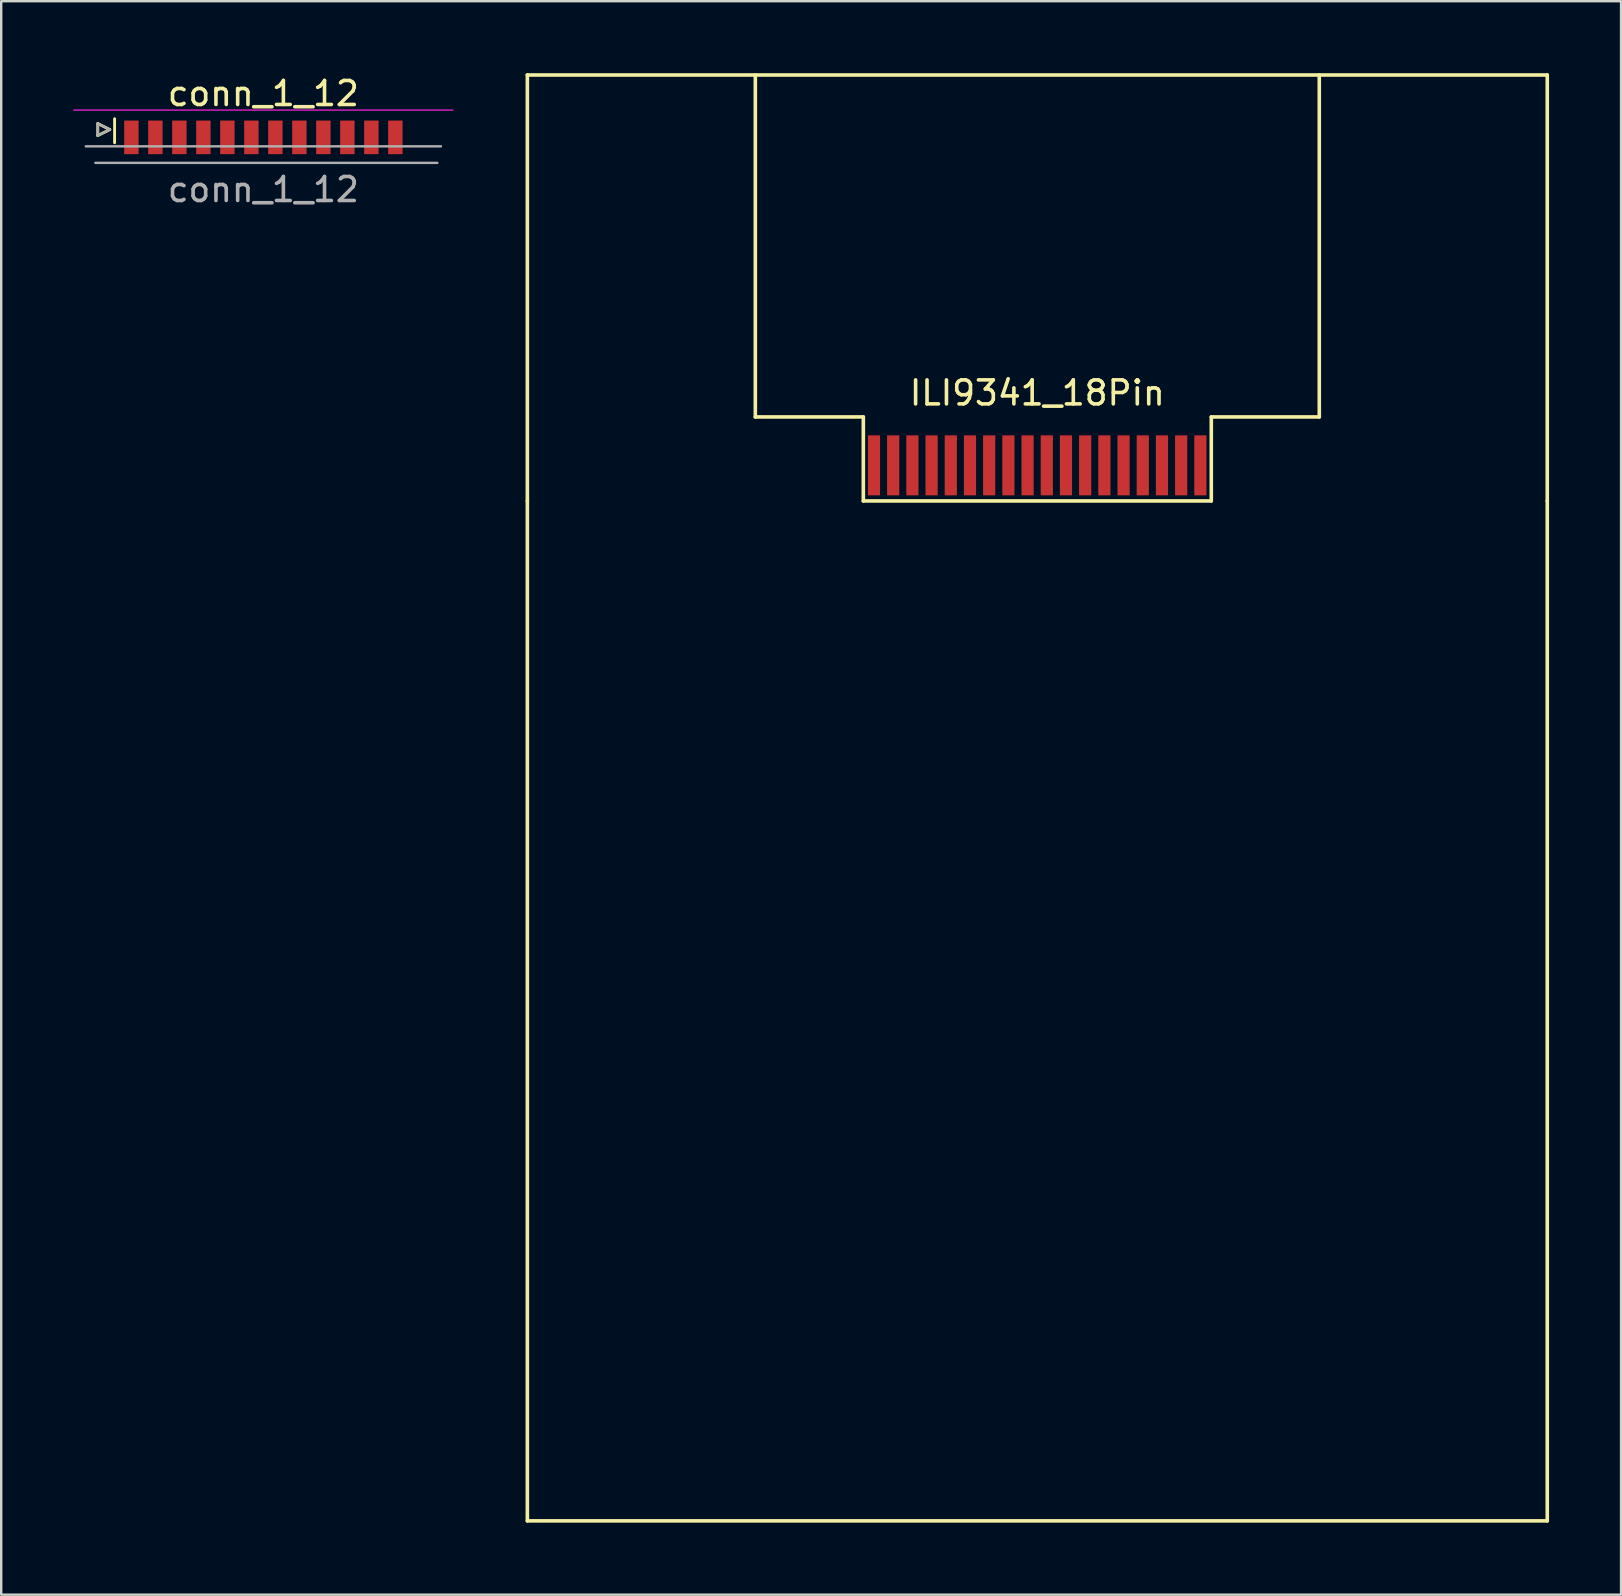
<source format=kicad_pcb>
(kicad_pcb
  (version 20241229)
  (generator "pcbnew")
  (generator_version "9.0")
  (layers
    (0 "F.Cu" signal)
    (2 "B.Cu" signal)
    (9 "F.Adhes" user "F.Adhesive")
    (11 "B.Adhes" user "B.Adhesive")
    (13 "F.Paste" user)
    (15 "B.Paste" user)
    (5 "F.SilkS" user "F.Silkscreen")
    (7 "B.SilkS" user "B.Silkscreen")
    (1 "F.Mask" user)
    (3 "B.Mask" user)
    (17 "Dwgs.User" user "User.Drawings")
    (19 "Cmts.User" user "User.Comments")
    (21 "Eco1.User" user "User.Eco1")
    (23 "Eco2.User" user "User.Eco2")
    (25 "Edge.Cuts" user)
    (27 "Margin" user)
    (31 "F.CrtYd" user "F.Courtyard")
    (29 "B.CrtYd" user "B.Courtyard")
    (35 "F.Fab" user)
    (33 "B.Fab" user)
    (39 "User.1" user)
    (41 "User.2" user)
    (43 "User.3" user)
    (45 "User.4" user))
  (footprint "ILI9341_18Pin"
    (layer "F.Cu")
    (at 40.175 16.325)
    (property "Reference" "ILI9341_18Pin" (at 0 -3 0) (layer "F.SilkS") (effects (font (size 1 1) (thickness 0.15))))
    (attr through_hole)
    (fp_line (start -21.25 -16.25) (end 21.25 -16.25) (stroke (width 0.15) (type solid)) (layer "F.SilkS"))
    (fp_line (start -21.25 1.5) (end -21.25 -16.25) (stroke (width 0.15) (type solid)) (layer "F.SilkS"))
    (fp_line (start -21.25 1.5) (end -21.25 44) (stroke (width 0.15) (type solid)) (layer "F.SilkS"))
    (fp_line (start -21.25 44) (end 21.25 44) (stroke (width 0.15) (type solid)) (layer "F.SilkS"))
    (fp_line (start -11.75 -16.25) (end -11.75 -2) (stroke (width 0.15) (type solid)) (layer "F.SilkS"))
    (fp_line (start -11.75 -2) (end -7.25 -2) (stroke (width 0.15) (type solid)) (layer "F.SilkS"))
    (fp_line (start -7.25 -2) (end -7.25 1.5) (stroke (width 0.15) (type solid)) (layer "F.SilkS"))
    (fp_line (start -7.25 1.5) (end 7.25 1.5) (stroke (width 0.15) (type solid)) (layer "F.SilkS"))
    (fp_line (start 7.25 -2) (end 11.75 -2) (stroke (width 0.15) (type solid)) (layer "F.SilkS"))
    (fp_line (start 7.25 1.5) (end 7.25 -2) (stroke (width 0.15) (type solid)) (layer "F.SilkS"))
    (fp_line (start 11.75 -2) (end 11.75 -16.25) (stroke (width 0.15) (type solid)) (layer "F.SilkS"))
    (fp_line (start 21.25 -16.25) (end 21.25 1.5) (stroke (width 0.15) (type solid)) (layer "F.SilkS"))
    (fp_line (start 21.25 44) (end 21.25 1.5) (stroke (width 0.15) (type solid)) (layer "F.SilkS"))
    (pad "1" smd rect (at 6.795 0.016) (size 0.508 2.5) (layers "F.Cu" "F.Mask" "F.Paste"))
    (pad "2" smd rect (at 5.995 0.016) (size 0.508 2.5) (layers "F.Cu" "F.Mask" "F.Paste"))
    (pad "3" smd rect (at 5.195 0.016) (size 0.508 2.5) (layers "F.Cu" "F.Mask" "F.Paste"))
    (pad "4" smd rect (at 4.395 0.016) (size 0.508 2.5) (layers "F.Cu" "F.Mask" "F.Paste"))
    (pad "5" smd rect (at 3.595 0.016) (size 0.508 2.5) (layers "F.Cu" "F.Mask" "F.Paste"))
    (pad "6" smd rect (at 2.795 0.016) (size 0.508 2.5) (layers "F.Cu" "F.Mask" "F.Paste"))
    (pad "7" smd rect (at 1.995 0.016) (size 0.508 2.5) (layers "F.Cu" "F.Mask" "F.Paste"))
    (pad "8" smd rect (at 1.195 0.016) (size 0.508 2.5) (layers "F.Cu" "F.Mask" "F.Paste"))
    (pad "9" smd rect (at 0.395 0.016) (size 0.508 2.5) (layers "F.Cu" "F.Mask" "F.Paste"))
    (pad "10" smd rect (at -0.405 0.016) (size 0.508 2.5) (layers "F.Cu" "F.Mask" "F.Paste"))
    (pad "11" smd rect (at -1.205 0.016) (size 0.508 2.5) (layers "F.Cu" "F.Mask" "F.Paste"))
    (pad "12" smd rect (at -2.005 0.016) (size 0.508 2.5) (layers "F.Cu" "F.Mask" "F.Paste"))
    (pad "13" smd rect (at -2.805 0.016) (size 0.508 2.5) (layers "F.Cu" "F.Mask" "F.Paste"))
    (pad "14" smd rect (at -3.605 0.016) (size 0.508 2.5) (layers "F.Cu" "F.Mask" "F.Paste"))
    (pad "15" smd rect (at -4.405 0.016) (size 0.508 2.5) (layers "F.Cu" "F.Mask" "F.Paste"))
    (pad "16" smd rect (at -5.205 0.016) (size 0.508 2.5) (layers "F.Cu" "F.Mask" "F.Paste"))
    (pad "17" smd rect (at -6.005 0.016) (size 0.508 2.5) (layers "F.Cu" "F.Mask" "F.Paste"))
    (pad "18" smd rect (at -6.805 0.016) (size 0.508 2.5) (layers "F.Cu" "F.Mask" "F.Paste")))
  (footprint "conn_1_12"
    (layer "F.Cu")
    (at 7.925 4.236)
    (property "Reference" "conn_1_12" (at 0 -3.388 0) (layer "F.SilkS") (effects (font (size 1 1) (thickness 0.15))))
    (attr smd)
    (fp_line (start -6.9 -2.138) (end -6.9 -1.637) (stroke (width 0.12) (type solid)) (layer "F.SilkS"))
    (fp_line (start -6.9 -1.637) (end -6.4 -1.887) (stroke (width 0.12) (type solid)) (layer "F.SilkS"))
    (fp_line (start -6.4 -1.887) (end -6.9 -2.138) (stroke (width 0.12) (type solid)) (layer "F.SilkS"))
    (fp_line (start -6.2 -1.337) (end -6.2 -2.337) (stroke (width 0.12) (type solid)) (layer "F.SilkS"))
    (fp_line (start 7.9 -2.7) (end -7.9 -2.7) (stroke (width 0.05) (type solid)) (layer "F.CrtYd"))
    (fp_line (start -7 -0.5) (end 7.25 -0.5) (stroke (width 0.1) (type solid)) (layer "F.Fab"))
    (fp_line (start -6.9 -2.138) (end -6.9 -1.637) (stroke (width 0.1) (type solid)) (layer "F.Fab"))
    (fp_line (start -6.9 -1.637) (end -6.4 -1.887) (stroke (width 0.1) (type solid)) (layer "F.Fab"))
    (fp_line (start -6.4 -1.887) (end -6.9 -2.138) (stroke (width 0.1) (type solid)) (layer "F.Fab"))
    (fp_line (start 7.4 -1.188) (end -7.4 -1.188) (stroke (width 0.1) (type solid)) (layer "F.Fab"))
    (fp_text user "${REFERENCE}" (at 0 0.613 0) (layer "F.Fab") (effects (font (size 1 1) (thickness 0.15))))
    (pad "1" smd rect (at -5.5 -1.562) (size 0.6 1.4) (layers "F.Cu" "F.Mask" "F.Paste"))
    (pad "2" smd rect (at -4.5 -1.562) (size 0.6 1.4) (layers "F.Cu" "F.Mask" "F.Paste"))
    (pad "3" smd rect (at -3.5 -1.562) (size 0.6 1.4) (layers "F.Cu" "F.Mask" "F.Paste"))
    (pad "4" smd rect (at -2.5 -1.562) (size 0.6 1.4) (layers "F.Cu" "F.Mask" "F.Paste"))
    (pad "5" smd rect (at -1.5 -1.562) (size 0.6 1.4) (layers "F.Cu" "F.Mask" "F.Paste"))
    (pad "6" smd rect (at -0.5 -1.562) (size 0.6 1.4) (layers "F.Cu" "F.Mask" "F.Paste"))
    (pad "7" smd rect (at 0.5 -1.562) (size 0.6 1.4) (layers "F.Cu" "F.Mask" "F.Paste"))
    (pad "8" smd rect (at 1.5 -1.562) (size 0.6 1.4) (layers "F.Cu" "F.Mask" "F.Paste"))
    (pad "9" smd rect (at 2.5 -1.562) (size 0.6 1.4) (layers "F.Cu" "F.Mask" "F.Paste"))
    (pad "10" smd rect (at 3.5 -1.562) (size 0.6 1.4) (layers "F.Cu" "F.Mask" "F.Paste"))
    (pad "11" smd rect (at 4.5 -1.562) (size 0.6 1.4) (layers "F.Cu" "F.Mask" "F.Paste"))
    (pad "12" smd rect (at 5.5 -1.562) (size 0.6 1.4) (layers "F.Cu" "F.Mask" "F.Paste")))
  (gr_rect
    (start -3 -3)
    (end 64.5 63.4)
    (stroke (width 0.1) (type default))
    (fill no)
    (layer "Edge.Cuts")))
</source>
